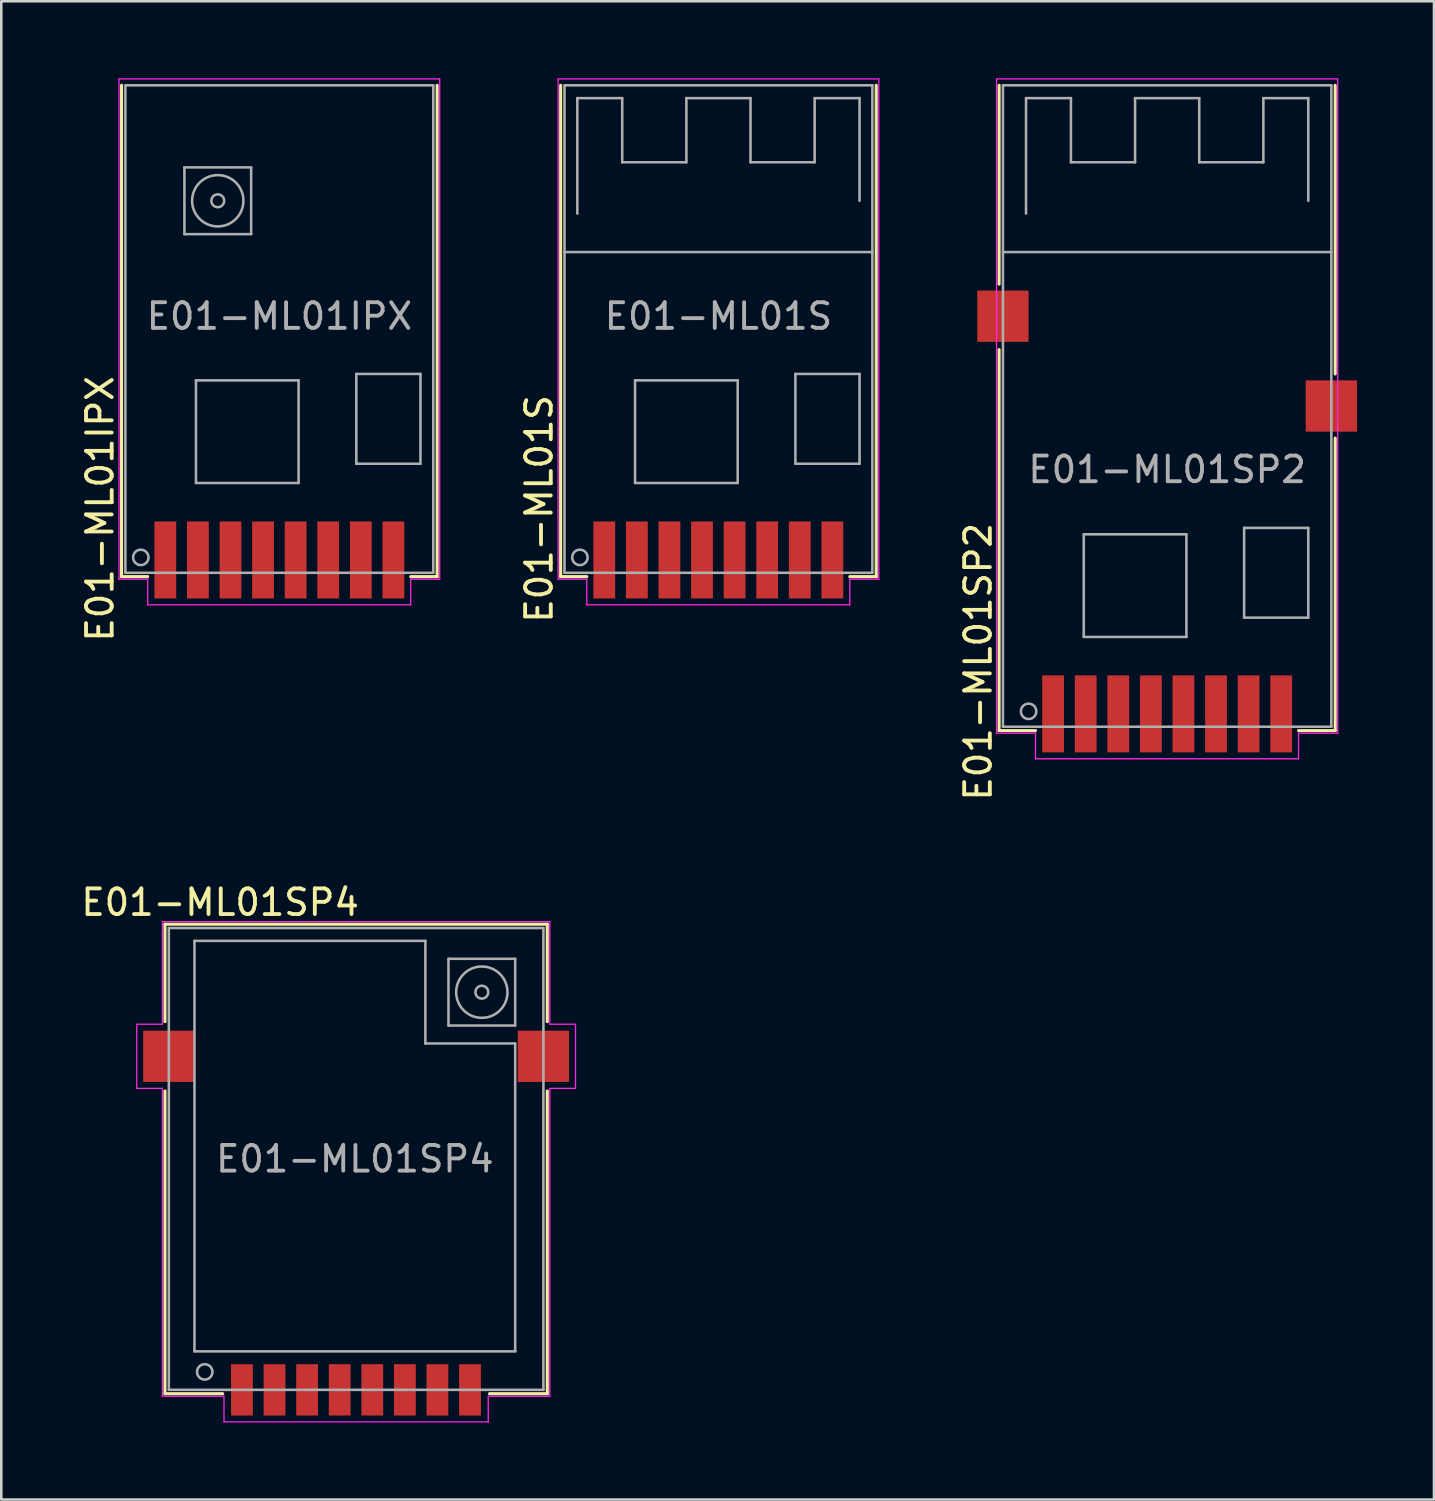
<source format=kicad_pcb>
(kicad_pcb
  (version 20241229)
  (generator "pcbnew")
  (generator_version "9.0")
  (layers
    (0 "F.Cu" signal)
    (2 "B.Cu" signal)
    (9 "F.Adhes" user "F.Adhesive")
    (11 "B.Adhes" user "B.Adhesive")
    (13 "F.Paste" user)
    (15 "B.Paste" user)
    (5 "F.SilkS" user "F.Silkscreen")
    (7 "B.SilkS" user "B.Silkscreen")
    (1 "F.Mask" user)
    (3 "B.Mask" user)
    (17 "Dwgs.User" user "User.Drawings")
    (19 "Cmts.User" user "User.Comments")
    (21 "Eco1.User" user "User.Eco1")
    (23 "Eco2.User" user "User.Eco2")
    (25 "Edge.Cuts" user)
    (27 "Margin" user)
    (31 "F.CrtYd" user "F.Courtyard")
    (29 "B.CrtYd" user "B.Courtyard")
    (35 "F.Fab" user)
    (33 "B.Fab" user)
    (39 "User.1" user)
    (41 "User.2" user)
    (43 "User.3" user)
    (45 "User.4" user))
  (footprint "E01-ML01SP2"
    (layer "F.Cu")
    (at 42.441 17.275)
    (property "Reference" "E01-ML01SP2" (at -7.366 5.468 90) (layer "F.SilkS") (effects (font (size 1 1) (thickness 0.15))))
    (attr smd)
    (fp_line (start -6.55 -9.25) (end -6.55 -17) (stroke (width 0.12) (type solid)) (layer "F.SilkS"))
    (fp_line (start -6.55 8.15) (end -6.55 -6.7) (stroke (width 0.12) (type solid)) (layer "F.SilkS"))
    (fp_line (start -6.55 8.15) (end -5.13 8.15) (stroke (width 0.12) (type solid)) (layer "F.SilkS"))
    (fp_line (start 6.55 -5.75) (end 6.55 -17) (stroke (width 0.12) (type solid)) (layer "F.SilkS"))
    (fp_line (start 6.55 8.15) (end 5.12 8.15) (stroke (width 0.12) (type solid)) (layer "F.SilkS"))
    (fp_line (start 6.55 8.15) (end 6.55 -3.25) (stroke (width 0.12) (type solid)) (layer "F.SilkS"))
    (fp_line (start -6.65 -17.25) (end 6.65 -17.25) (stroke (width 0.05) (type solid)) (layer "F.CrtYd"))
    (fp_line (start -6.65 8.25) (end -6.65 -17.25) (stroke (width 0.05) (type solid)) (layer "F.CrtYd"))
    (fp_line (start -6.65 8.25) (end -5.13 8.25) (stroke (width 0.05) (type solid)) (layer "F.CrtYd"))
    (fp_line (start -5.13 9.25) (end -5.13 8.25) (stroke (width 0.05) (type solid)) (layer "F.CrtYd"))
    (fp_line (start -5.13 9.25) (end 5.12 9.25) (stroke (width 0.05) (type solid)) (layer "F.CrtYd"))
    (fp_line (start 5.12 8.25) (end 6.65 8.25) (stroke (width 0.05) (type solid)) (layer "F.CrtYd"))
    (fp_line (start 5.12 9.25) (end 5.12 8.25) (stroke (width 0.05) (type solid)) (layer "F.CrtYd"))
    (fp_line (start 6.65 -17.25) (end 6.65 8.25) (stroke (width 0.05) (type solid)) (layer "F.CrtYd"))
    (fp_line (start -6.4 -17) (end 6.4 -17) (stroke (width 0.1) (type solid)) (layer "F.Fab"))
    (fp_line (start -6.4 -10.5) (end 6.4 -10.5) (stroke (width 0.1) (type solid)) (layer "F.Fab"))
    (fp_line (start -6.4 8) (end -6.4 -17) (stroke (width 0.1) (type solid)) (layer "F.Fab"))
    (fp_line (start -6.4 8) (end 6.4 8) (stroke (width 0.1) (type solid)) (layer "F.Fab"))
    (fp_line (start -5.5 -16.5) (end -5.5 -12) (stroke (width 0.1) (type solid)) (layer "F.Fab"))
    (fp_line (start -3.75 -16.5) (end -5.5 -16.5) (stroke (width 0.1) (type solid)) (layer "F.Fab"))
    (fp_line (start -3.75 -14) (end -3.75 -16.5) (stroke (width 0.1) (type solid)) (layer "F.Fab"))
    (fp_line (start -3.25 0.5) (end -3.25 4.5) (stroke (width 0.1) (type solid)) (layer "F.Fab"))
    (fp_line (start -3.25 0.5) (end 0.75 0.5) (stroke (width 0.1) (type solid)) (layer "F.Fab"))
    (fp_line (start -3.25 4.5) (end 0.75 4.5) (stroke (width 0.1) (type solid)) (layer "F.Fab"))
    (fp_line (start -1.25 -16.5) (end -1.25 -14) (stroke (width 0.1) (type solid)) (layer "F.Fab"))
    (fp_line (start -1.25 -14) (end -3.75 -14) (stroke (width 0.1) (type solid)) (layer "F.Fab"))
    (fp_line (start 0.75 4.5) (end 0.75 0.5) (stroke (width 0.1) (type solid)) (layer "F.Fab"))
    (fp_line (start 1.25 -16.5) (end -1.25 -16.5) (stroke (width 0.1) (type solid)) (layer "F.Fab"))
    (fp_line (start 1.25 -14) (end 1.25 -16.5) (stroke (width 0.1) (type solid)) (layer "F.Fab"))
    (fp_line (start 3 0.25) (end 5.5 0.25) (stroke (width 0.1) (type solid)) (layer "F.Fab"))
    (fp_line (start 3 3.75) (end 3 0.25) (stroke (width 0.1) (type solid)) (layer "F.Fab"))
    (fp_line (start 3.75 -16.5) (end 3.75 -14) (stroke (width 0.1) (type solid)) (layer "F.Fab"))
    (fp_line (start 3.75 -14) (end 1.25 -14) (stroke (width 0.1) (type solid)) (layer "F.Fab"))
    (fp_line (start 5.5 -16.5) (end 3.75 -16.5) (stroke (width 0.1) (type solid)) (layer "F.Fab"))
    (fp_line (start 5.5 -16.5) (end 5.5 -12.5) (stroke (width 0.1) (type solid)) (layer "F.Fab"))
    (fp_line (start 5.5 0.25) (end 5.5 3.75) (stroke (width 0.1) (type solid)) (layer "F.Fab"))
    (fp_line (start 5.5 3.75) (end 3 3.75) (stroke (width 0.1) (type solid)) (layer "F.Fab"))
    (fp_line (start 6.4 -17) (end 6.4 8) (stroke (width 0.1) (type solid)) (layer "F.Fab"))
    (fp_circle (center -5.4 7.4) (end -5.1 7.4) (stroke (width 0.1) (type solid)) (fill no) (layer "F.Fab"))
    (fp_text user "${REFERENCE}" (at 0 -2.025 0) (layer "F.Fab") (effects (font (size 1 1) (thickness 0.15))))
    (pad "1" smd rect (at -4.445 7.5) (size 0.85 3) (layers "F.Cu" "F.Mask" "F.Paste"))
    (pad "2" smd rect (at -3.175 7.5) (size 0.85 3) (layers "F.Cu" "F.Mask" "F.Paste"))
    (pad "3" smd rect (at -1.905 7.5) (size 0.85 3) (layers "F.Cu" "F.Mask" "F.Paste"))
    (pad "4" smd rect (at -0.635 7.5) (size 0.85 3) (layers "F.Cu" "F.Mask" "F.Paste"))
    (pad "5" smd rect (at 0.635 7.5) (size 0.85 3) (layers "F.Cu" "F.Mask" "F.Paste"))
    (pad "6" smd rect (at 1.905 7.5) (size 0.85 3) (layers "F.Cu" "F.Mask" "F.Paste"))
    (pad "7" smd rect (at 3.175 7.5) (size 0.85 3) (layers "F.Cu" "F.Mask" "F.Paste"))
    (pad "8" smd rect (at 4.445 7.5) (size 0.85 3) (layers "F.Cu" "F.Mask" "F.Paste"))
    (pad "9" smd rect (at 6.4 -4.5) (size 2 2) (layers "F.Cu" "F.Mask" "F.Paste"))
    (pad "10" smd rect (at -6.4 -8) (size 2 2) (layers "F.Cu" "F.Mask" "F.Paste")))
  (footprint "E01-ML01S"
    (layer "F.Cu")
    (at 24.947 18.775)
    (property "Reference" "E01-ML01S" (at -6.985 -1.99 90) (layer "F.SilkS") (effects (font (size 1 1) (thickness 0.15))))
    (attr smd)
    (fp_line (start -6.145 0.65) (end -6.145 -18.5) (stroke (width 0.12) (type solid)) (layer "F.SilkS"))
    (fp_line (start -6.145 0.65) (end -5.125 0.65) (stroke (width 0.12) (type solid)) (layer "F.SilkS"))
    (fp_line (start 6.155 0.65) (end 5.125 0.65) (stroke (width 0.12) (type solid)) (layer "F.SilkS"))
    (fp_line (start 6.155 0.65) (end 6.155 -18.5) (stroke (width 0.12) (type solid)) (layer "F.SilkS"))
    (fp_line (start -6.245 -18.75) (end 6.255 -18.75) (stroke (width 0.05) (type solid)) (layer "F.CrtYd"))
    (fp_line (start -6.245 0.75) (end -6.245 -18.75) (stroke (width 0.05) (type solid)) (layer "F.CrtYd"))
    (fp_line (start -6.245 0.75) (end -5.125 0.75) (stroke (width 0.05) (type solid)) (layer "F.CrtYd"))
    (fp_line (start -5.125 1.75) (end -5.125 0.75) (stroke (width 0.05) (type solid)) (layer "F.CrtYd"))
    (fp_line (start -5.125 1.75) (end 5.125 1.75) (stroke (width 0.05) (type solid)) (layer "F.CrtYd"))
    (fp_line (start 5.125 0.75) (end 6.255 0.75) (stroke (width 0.05) (type solid)) (layer "F.CrtYd"))
    (fp_line (start 5.125 1.75) (end 5.125 0.75) (stroke (width 0.05) (type solid)) (layer "F.CrtYd"))
    (fp_line (start 6.255 -18.75) (end 6.255 0.75) (stroke (width 0.05) (type solid)) (layer "F.CrtYd"))
    (fp_line (start -5.995 -18.5) (end 6.005 -18.5) (stroke (width 0.1) (type solid)) (layer "F.Fab"))
    (fp_line (start -5.995 -12) (end 6.005 -12) (stroke (width 0.1) (type solid)) (layer "F.Fab"))
    (fp_line (start -5.995 0.5) (end -5.995 -18.5) (stroke (width 0.1) (type solid)) (layer "F.Fab"))
    (fp_line (start -5.995 0.5) (end 6.005 0.5) (stroke (width 0.1) (type solid)) (layer "F.Fab"))
    (fp_line (start -5.495 -18) (end -5.495 -13.5) (stroke (width 0.1) (type solid)) (layer "F.Fab"))
    (fp_line (start -3.745 -18) (end -5.495 -18) (stroke (width 0.1) (type solid)) (layer "F.Fab"))
    (fp_line (start -3.745 -15.5) (end -3.745 -18) (stroke (width 0.1) (type solid)) (layer "F.Fab"))
    (fp_line (start -3.245 -7) (end -3.245 -3) (stroke (width 0.1) (type solid)) (layer "F.Fab"))
    (fp_line (start -3.245 -7) (end 0.755 -7) (stroke (width 0.1) (type solid)) (layer "F.Fab"))
    (fp_line (start -3.245 -3) (end 0.755 -3) (stroke (width 0.1) (type solid)) (layer "F.Fab"))
    (fp_line (start -1.245 -18) (end -1.245 -15.5) (stroke (width 0.1) (type solid)) (layer "F.Fab"))
    (fp_line (start -1.245 -15.5) (end -3.745 -15.5) (stroke (width 0.1) (type solid)) (layer "F.Fab"))
    (fp_line (start 0.755 -3) (end 0.755 -7) (stroke (width 0.1) (type solid)) (layer "F.Fab"))
    (fp_line (start 1.255 -18) (end -1.245 -18) (stroke (width 0.1) (type solid)) (layer "F.Fab"))
    (fp_line (start 1.255 -15.5) (end 1.255 -18) (stroke (width 0.1) (type solid)) (layer "F.Fab"))
    (fp_line (start 3.005 -7.25) (end 5.505 -7.25) (stroke (width 0.1) (type solid)) (layer "F.Fab"))
    (fp_line (start 3.005 -3.75) (end 3.005 -7.25) (stroke (width 0.1) (type solid)) (layer "F.Fab"))
    (fp_line (start 3.755 -18) (end 3.755 -15.5) (stroke (width 0.1) (type solid)) (layer "F.Fab"))
    (fp_line (start 3.755 -15.5) (end 1.255 -15.5) (stroke (width 0.1) (type solid)) (layer "F.Fab"))
    (fp_line (start 5.505 -18) (end 3.755 -18) (stroke (width 0.1) (type solid)) (layer "F.Fab"))
    (fp_line (start 5.505 -18) (end 5.505 -14) (stroke (width 0.1) (type solid)) (layer "F.Fab"))
    (fp_line (start 5.505 -7.25) (end 5.505 -3.75) (stroke (width 0.1) (type solid)) (layer "F.Fab"))
    (fp_line (start 5.505 -3.75) (end 3.005 -3.75) (stroke (width 0.1) (type solid)) (layer "F.Fab"))
    (fp_line (start 6.005 -18.5) (end 6.005 0.5) (stroke (width 0.1) (type solid)) (layer "F.Fab"))
    (fp_circle (center -5.395 -0.1) (end -5.095 -0.1) (stroke (width 0.1) (type solid)) (fill no) (layer "F.Fab"))
    (fp_text user "${REFERENCE}" (at 0.005 -9.5 0) (layer "F.Fab") (effects (font (size 1 1) (thickness 0.15))))
    (pad "1" smd rect (at -4.445 0) (size 0.85 3) (layers "F.Cu" "F.Mask" "F.Paste"))
    (pad "2" smd rect (at -3.175 0) (size 0.85 3) (layers "F.Cu" "F.Mask" "F.Paste"))
    (pad "3" smd rect (at -1.905 0) (size 0.85 3) (layers "F.Cu" "F.Mask" "F.Paste"))
    (pad "4" smd rect (at -0.635 0) (size 0.85 3) (layers "F.Cu" "F.Mask" "F.Paste"))
    (pad "5" smd rect (at 0.635 0) (size 0.85 3) (layers "F.Cu" "F.Mask" "F.Paste"))
    (pad "6" smd rect (at 1.905 0) (size 0.85 3) (layers "F.Cu" "F.Mask" "F.Paste"))
    (pad "7" smd rect (at 3.175 0) (size 0.85 3) (layers "F.Cu" "F.Mask" "F.Paste"))
    (pad "8" smd rect (at 4.445 0) (size 0.85 3) (layers "F.Cu" "F.Mask" "F.Paste")))
  (footprint "E01-ML01SP4"
    (layer "F.Cu")
    (at 10.83 44.621)
    (property "Reference" "E01-ML01SP4" (at -5.3 -12.5 180) (layer "F.SilkS") (effects (font (size 1 1) (thickness 0.15))))
    (attr smd)
    (fp_line (start -7.45 -11.65) (end -7.45 -7.85) (stroke (width 0.12) (type solid)) (layer "F.SilkS"))
    (fp_line (start -7.45 -11.65) (end 7.45 -11.65) (stroke (width 0.12) (type solid)) (layer "F.SilkS"))
    (fp_line (start -7.45 -5.15) (end -7.45 6.65) (stroke (width 0.12) (type solid)) (layer "F.SilkS"))
    (fp_line (start -7.45 6.65) (end -5.2 6.65) (stroke (width 0.12) (type solid)) (layer "F.SilkS"))
    (fp_line (start 5.2 6.65) (end 7.45 6.65) (stroke (width 0.12) (type solid)) (layer "F.SilkS"))
    (fp_line (start 7.45 -7.85) (end 7.45 -11.65) (stroke (width 0.12) (type solid)) (layer "F.SilkS"))
    (fp_line (start 7.45 6.65) (end 7.45 -5.15) (stroke (width 0.12) (type solid)) (layer "F.SilkS"))
    (fp_line (start -8.55 -7.75) (end -7.55 -7.75) (stroke (width 0.05) (type solid)) (layer "F.CrtYd"))
    (fp_line (start -8.55 -5.25) (end -8.55 -7.75) (stroke (width 0.05) (type solid)) (layer "F.CrtYd"))
    (fp_line (start -7.55 -11.75) (end 7.55 -11.75) (stroke (width 0.05) (type solid)) (layer "F.CrtYd"))
    (fp_line (start -7.55 -7.75) (end -7.55 -11.75) (stroke (width 0.05) (type solid)) (layer "F.CrtYd"))
    (fp_line (start -7.55 -5.25) (end -8.55 -5.25) (stroke (width 0.05) (type solid)) (layer "F.CrtYd"))
    (fp_line (start -7.55 6.75) (end -7.55 -5.25) (stroke (width 0.05) (type solid)) (layer "F.CrtYd"))
    (fp_line (start -5.15 6.75) (end -7.55 6.75) (stroke (width 0.05) (type solid)) (layer "F.CrtYd"))
    (fp_line (start -5.15 7.75) (end -5.15 6.75) (stroke (width 0.05) (type solid)) (layer "F.CrtYd"))
    (fp_line (start 5.15 6.75) (end 5.15 7.75) (stroke (width 0.05) (type solid)) (layer "F.CrtYd"))
    (fp_line (start 5.15 7.75) (end -5.15 7.75) (stroke (width 0.05) (type solid)) (layer "F.CrtYd"))
    (fp_line (start 7.55 -7.75) (end 7.55 -11.75) (stroke (width 0.05) (type solid)) (layer "F.CrtYd"))
    (fp_line (start 7.55 -5.25) (end 7.55 6.75) (stroke (width 0.05) (type solid)) (layer "F.CrtYd"))
    (fp_line (start 7.55 -5.25) (end 8.55 -5.25) (stroke (width 0.05) (type solid)) (layer "F.CrtYd"))
    (fp_line (start 7.55 6.75) (end 5.15 6.75) (stroke (width 0.05) (type solid)) (layer "F.CrtYd"))
    (fp_line (start 8.55 -7.75) (end 7.55 -7.75) (stroke (width 0.05) (type solid)) (layer "F.CrtYd"))
    (fp_line (start 8.55 -5.25) (end 8.55 -7.75) (stroke (width 0.05) (type solid)) (layer "F.CrtYd"))
    (fp_line (start -7.3 -11.5) (end 7.3 -11.5) (stroke (width 0.1) (type solid)) (layer "F.Fab"))
    (fp_line (start -7.3 6.5) (end -7.3 -11.5) (stroke (width 0.1) (type solid)) (layer "F.Fab"))
    (fp_line (start -7.3 6.5) (end 7.3 6.5) (stroke (width 0.1) (type solid)) (layer "F.Fab"))
    (fp_line (start -6.3 -11) (end -6.3 5) (stroke (width 0.1) (type solid)) (layer "F.Fab"))
    (fp_line (start -6.3 -11) (end 2.7 -11) (stroke (width 0.1) (type solid)) (layer "F.Fab"))
    (fp_line (start -6.3 5) (end 6.2 5) (stroke (width 0.1) (type solid)) (layer "F.Fab"))
    (fp_line (start 2.7 -11) (end 2.7 -7) (stroke (width 0.1) (type solid)) (layer "F.Fab"))
    (fp_line (start 2.7 -7) (end 6.2 -7) (stroke (width 0.1) (type solid)) (layer "F.Fab"))
    (fp_line (start 3.6 -10.3) (end 6.2 -10.3) (stroke (width 0.1) (type solid)) (layer "F.Fab"))
    (fp_line (start 3.6 -7.7) (end 3.6 -10.3) (stroke (width 0.1) (type solid)) (layer "F.Fab"))
    (fp_line (start 6.2 -10.3) (end 6.2 -7.7) (stroke (width 0.1) (type solid)) (layer "F.Fab"))
    (fp_line (start 6.2 -7.7) (end 3.6 -7.7) (stroke (width 0.1) (type solid)) (layer "F.Fab"))
    (fp_line (start 6.2 -7) (end 6.2 5) (stroke (width 0.1) (type solid)) (layer "F.Fab"))
    (fp_line (start 7.3 -11.5) (end 7.3 6.5) (stroke (width 0.1) (type solid)) (layer "F.Fab"))
    (fp_circle (center -5.9 5.8) (end -6.2 5.8) (stroke (width 0.1) (type solid)) (fill no) (layer "F.Fab"))
    (fp_circle (center 4.9 -9) (end 3.9 -9) (stroke (width 0.1) (type solid)) (fill no) (layer "F.Fab"))
    (fp_circle (center 4.9 -9) (end 4.65 -9) (stroke (width 0.1) (type solid)) (fill no) (layer "F.Fab"))
    (fp_text user "${REFERENCE}" (at -0.05 -2.5 0) (layer "F.Fab") (effects (font (size 1 1) (thickness 0.15))))
    (pad "1" smd rect (at -4.45 6.5) (size 0.85 2) (layers "F.Cu" "F.Mask" "F.Paste"))
    (pad "2" smd rect (at -3.18 6.5) (size 0.85 2) (layers "F.Cu" "F.Mask" "F.Paste"))
    (pad "3" smd rect (at -1.91 6.5) (size 0.85 2) (layers "F.Cu" "F.Mask" "F.Paste"))
    (pad "4" smd rect (at -0.64 6.5) (size 0.85 2) (layers "F.Cu" "F.Mask" "F.Paste"))
    (pad "5" smd rect (at 0.63 6.5) (size 0.85 2) (layers "F.Cu" "F.Mask" "F.Paste"))
    (pad "6" smd rect (at 1.9 6.5) (size 0.85 2) (layers "F.Cu" "F.Mask" "F.Paste"))
    (pad "7" smd rect (at 3.17 6.5) (size 0.85 2) (layers "F.Cu" "F.Mask" "F.Paste"))
    (pad "8" smd rect (at 4.44 6.5) (size 0.85 2) (layers "F.Cu" "F.Mask" "F.Paste"))
    (pad "9" smd rect (at -7.3 -6.5) (size 2 2) (layers "F.Cu" "F.Mask" "F.Paste"))
    (pad "10" smd rect (at 7.3 -6.5) (size 2 2) (layers "F.Cu" "F.Mask" "F.Paste")))
  (footprint "E01-ML01IPX"
    (layer "F.Cu")
    (at 7.838 18.775)
    (property "Reference" "E01-ML01IPX" (at -6.99 -1.99 90) (layer "F.SilkS") (effects (font (size 1 1) (thickness 0.15))))
    (attr smd)
    (fp_line (start -6.15 0.65) (end -6.15 -18.5) (stroke (width 0.12) (type solid)) (layer "F.SilkS"))
    (fp_line (start -6.15 0.65) (end -5.13 0.65) (stroke (width 0.12) (type solid)) (layer "F.SilkS"))
    (fp_line (start 6.15 0.65) (end 5.12 0.65) (stroke (width 0.12) (type solid)) (layer "F.SilkS"))
    (fp_line (start 6.15 0.65) (end 6.15 -18.5) (stroke (width 0.12) (type solid)) (layer "F.SilkS"))
    (fp_line (start -6.25 -18.75) (end 6.25 -18.75) (stroke (width 0.05) (type solid)) (layer "F.CrtYd"))
    (fp_line (start -6.25 0.75) (end -6.25 -18.75) (stroke (width 0.05) (type solid)) (layer "F.CrtYd"))
    (fp_line (start -6.25 0.75) (end -5.13 0.75) (stroke (width 0.05) (type solid)) (layer "F.CrtYd"))
    (fp_line (start -5.13 1.75) (end -5.13 0.75) (stroke (width 0.05) (type solid)) (layer "F.CrtYd"))
    (fp_line (start -5.13 1.75) (end 5.12 1.75) (stroke (width 0.05) (type solid)) (layer "F.CrtYd"))
    (fp_line (start 5.12 0.75) (end 6.25 0.75) (stroke (width 0.05) (type solid)) (layer "F.CrtYd"))
    (fp_line (start 5.12 1.75) (end 5.12 0.75) (stroke (width 0.05) (type solid)) (layer "F.CrtYd"))
    (fp_line (start 6.25 -18.75) (end 6.25 0.75) (stroke (width 0.05) (type solid)) (layer "F.CrtYd"))
    (fp_line (start -6 -18.5) (end 6 -18.5) (stroke (width 0.1) (type solid)) (layer "F.Fab"))
    (fp_line (start -6 0.5) (end -6 -18.5) (stroke (width 0.1) (type solid)) (layer "F.Fab"))
    (fp_line (start -6 0.5) (end 6 0.5) (stroke (width 0.1) (type solid)) (layer "F.Fab"))
    (fp_line (start -3.7 -15.3) (end -1.1 -15.3) (stroke (width 0.1) (type solid)) (layer "F.Fab"))
    (fp_line (start -3.7 -12.7) (end -3.7 -15.3) (stroke (width 0.1) (type solid)) (layer "F.Fab"))
    (fp_line (start -3.25 -7) (end -3.25 -3) (stroke (width 0.1) (type solid)) (layer "F.Fab"))
    (fp_line (start -3.25 -7) (end 0.75 -7) (stroke (width 0.1) (type solid)) (layer "F.Fab"))
    (fp_line (start -3.25 -3) (end 0.75 -3) (stroke (width 0.1) (type solid)) (layer "F.Fab"))
    (fp_line (start -1.1 -15.3) (end -1.1 -12.7) (stroke (width 0.1) (type solid)) (layer "F.Fab"))
    (fp_line (start -1.1 -12.7) (end -3.7 -12.7) (stroke (width 0.1) (type solid)) (layer "F.Fab"))
    (fp_line (start 0.75 -3) (end 0.75 -7) (stroke (width 0.1) (type solid)) (layer "F.Fab"))
    (fp_line (start 3 -7.25) (end 5.5 -7.25) (stroke (width 0.1) (type solid)) (layer "F.Fab"))
    (fp_line (start 3 -3.75) (end 3 -7.25) (stroke (width 0.1) (type solid)) (layer "F.Fab"))
    (fp_line (start 5.5 -7.25) (end 5.5 -3.75) (stroke (width 0.1) (type solid)) (layer "F.Fab"))
    (fp_line (start 5.5 -3.75) (end 3 -3.75) (stroke (width 0.1) (type solid)) (layer "F.Fab"))
    (fp_line (start 6 -18.5) (end 6 0.5) (stroke (width 0.1) (type solid)) (layer "F.Fab"))
    (fp_circle (center -5.4 -0.1) (end -5.1 -0.1) (stroke (width 0.1) (type solid)) (fill no) (layer "F.Fab"))
    (fp_circle (center -2.4 -14) (end -2.15 -14) (stroke (width 0.1) (type solid)) (fill no) (layer "F.Fab"))
    (fp_circle (center -2.4 -14) (end -1.4 -14) (stroke (width 0.1) (type solid)) (fill no) (layer "F.Fab"))
    (fp_text user "${REFERENCE}" (at 0 -9.5 0) (layer "F.Fab") (effects (font (size 1 1) (thickness 0.15))))
    (pad "1" smd rect (at -4.445 0) (size 0.85 3) (layers "F.Cu" "F.Mask" "F.Paste"))
    (pad "2" smd rect (at -3.175 0) (size 0.85 3) (layers "F.Cu" "F.Mask" "F.Paste"))
    (pad "3" smd rect (at -1.905 0) (size 0.85 3) (layers "F.Cu" "F.Mask" "F.Paste"))
    (pad "4" smd rect (at -0.635 0) (size 0.85 3) (layers "F.Cu" "F.Mask" "F.Paste"))
    (pad "5" smd rect (at 0.635 0) (size 0.85 3) (layers "F.Cu" "F.Mask" "F.Paste"))
    (pad "6" smd rect (at 1.905 0) (size 0.85 3) (layers "F.Cu" "F.Mask" "F.Paste"))
    (pad "7" smd rect (at 3.175 0) (size 0.85 3) (layers "F.Cu" "F.Mask" "F.Paste"))
    (pad "8" smd rect (at 4.445 0) (size 0.85 3) (layers "F.Cu" "F.Mask" "F.Paste")))
  (gr_rect
    (start -3 -3)
    (end 52.841 55.396)
    (stroke (width 0.1) (type default))
    (fill no)
    (layer "Edge.Cuts")))
</source>
